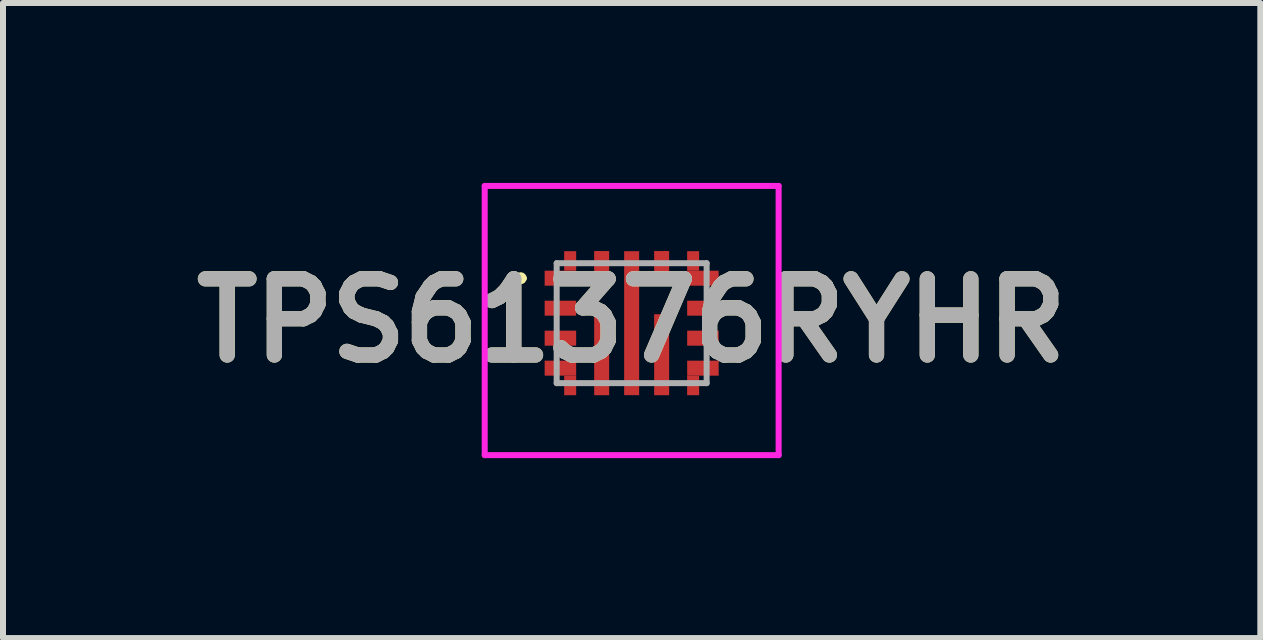
<source format=kicad_pcb>
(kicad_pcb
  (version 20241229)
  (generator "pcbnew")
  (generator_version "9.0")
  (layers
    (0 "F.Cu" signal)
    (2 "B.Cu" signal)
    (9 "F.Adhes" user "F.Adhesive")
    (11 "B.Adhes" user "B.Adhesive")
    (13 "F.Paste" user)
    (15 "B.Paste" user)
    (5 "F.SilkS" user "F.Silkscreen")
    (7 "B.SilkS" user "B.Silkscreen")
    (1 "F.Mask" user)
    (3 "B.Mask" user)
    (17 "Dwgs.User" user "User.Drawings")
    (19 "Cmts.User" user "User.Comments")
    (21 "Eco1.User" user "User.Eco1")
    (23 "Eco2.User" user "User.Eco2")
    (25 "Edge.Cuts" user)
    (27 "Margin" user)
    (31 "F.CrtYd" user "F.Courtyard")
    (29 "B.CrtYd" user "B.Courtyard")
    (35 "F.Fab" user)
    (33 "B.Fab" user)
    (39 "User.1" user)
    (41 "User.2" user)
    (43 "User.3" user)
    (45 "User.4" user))
  (footprint "TPS61376RYHR"
    (layer "F.Cu")
    (at 7.481 2.338)
    (property "Reference" "TPS61376RYHR" (at 0 -0.044 0) (layer "F.SilkS") (effects (font (size 1.27 1.27) (thickness 0.254))))
    (attr smd)
    (fp_line (start -1.9 -0.75) (end -1.9 -0.75) (stroke (width 0.1) (type solid)) (layer "F.SilkS"))
    (fp_line (start -1.8 -0.75) (end -1.8 -0.75) (stroke (width 0.1) (type solid)) (layer "F.SilkS"))
    (fp_arc (start -1.9 -0.749) (mid -1.8505 -0.7995) (end -1.8 -0.75) (stroke (width 0.1) (type solid)) (layer "F.SilkS"))
    (fp_arc (start -1.8 -0.749) (mid -1.8505 -0.6995) (end -1.9 -0.75) (stroke (width 0.1) (type solid)) (layer "F.SilkS"))
    (fp_line (start -2.45 -2.288) (end 2.45 -2.288) (stroke (width 0.1) (type solid)) (layer "F.CrtYd"))
    (fp_line (start -2.45 2.2) (end -2.45 -2.288) (stroke (width 0.1) (type solid)) (layer "F.CrtYd"))
    (fp_line (start 2.45 -2.288) (end 2.45 2.2) (stroke (width 0.1) (type solid)) (layer "F.CrtYd"))
    (fp_line (start 2.45 2.2) (end -2.45 2.2) (stroke (width 0.1) (type solid)) (layer "F.CrtYd"))
    (fp_line (start -1.25 -1) (end 1.25 -1) (stroke (width 0.1) (type solid)) (layer "F.Fab"))
    (fp_line (start -1.25 1) (end -1.25 -1) (stroke (width 0.1) (type solid)) (layer "F.Fab"))
    (fp_line (start 1.25 -1) (end 1.25 1) (stroke (width 0.1) (type solid)) (layer "F.Fab"))
    (fp_line (start 1.25 1) (end -1.25 1) (stroke (width 0.1) (type solid)) (layer "F.Fab"))
    (fp_text user "${REFERENCE}" (at 0 -0.044 0) (layer "F.Fab") (effects (font (size 1.27 1.27) (thickness 0.254))))
    (pad "1" smd rect (at -1.188 -0.75 90) (size 0.25 0.525) (layers "F.Cu" "F.Mask" "F.Paste"))
    (pad "2" smd rect (at -1.188 -0.25 90) (size 0.25 0.525) (layers "F.Cu" "F.Mask" "F.Paste"))
    (pad "3" smd rect (at -1.188 0.25 90) (size 0.25 0.525) (layers "F.Cu" "F.Mask" "F.Paste"))
    (pad "4" smd rect (at -1.188 0.75 90) (size 0.25 0.525) (layers "F.Cu" "F.Mask" "F.Paste"))
    (pad "5" smd rect (at -0.5 0.526) (size 0.25 1.35) (layers "F.Cu" "F.Mask" "F.Paste"))
    (pad "6" smd rect (at 0 0) (size 0.25 2.4) (layers "F.Cu" "F.Mask" "F.Paste"))
    (pad "7" smd rect (at 0.5 0.526) (size 0.25 1.35) (layers "F.Cu" "F.Mask" "F.Paste"))
    (pad "8" smd rect (at 1.188 0.75 90) (size 0.25 0.525) (layers "F.Cu" "F.Mask" "F.Paste"))
    (pad "9" smd rect (at 1.188 0.25 90) (size 0.25 0.525) (layers "F.Cu" "F.Mask" "F.Paste"))
    (pad "10" smd rect (at 1.188 -0.25 90) (size 0.25 0.525) (layers "F.Cu" "F.Mask" "F.Paste"))
    (pad "11" smd rect (at 1.188 -0.75 90) (size 0.25 0.525) (layers "F.Cu" "F.Mask" "F.Paste"))
    (pad "12" smd rect (at 0.5 -0.94) (size 0.25 0.525) (layers "F.Cu" "F.Mask" "F.Paste"))
    (pad "13" smd rect (at -0.5 -0.94) (size 0.25 0.525) (layers "F.Cu" "F.Mask" "F.Paste"))
    (pad "14" smd rect (at -1.025 1.038) (size 0.2 0.325) (layers "F.Cu" "F.Mask" "F.Paste"))
    (pad "15" smd rect (at 1.025 1.038) (size 0.2 0.325) (layers "F.Cu" "F.Mask" "F.Paste"))
    (pad "16" smd rect (at 1.025 -1.038) (size 0.2 0.325) (layers "F.Cu" "F.Mask" "F.Paste"))
    (pad "17" smd rect (at -1.025 -1.038) (size 0.2 0.325) (layers "F.Cu" "F.Mask" "F.Paste")))
  (gr_rect
    (start -3 -3)
    (end 17.962 7.588)
    (stroke (width 0.1) (type default))
    (fill no)
    (layer "Edge.Cuts")))
</source>
